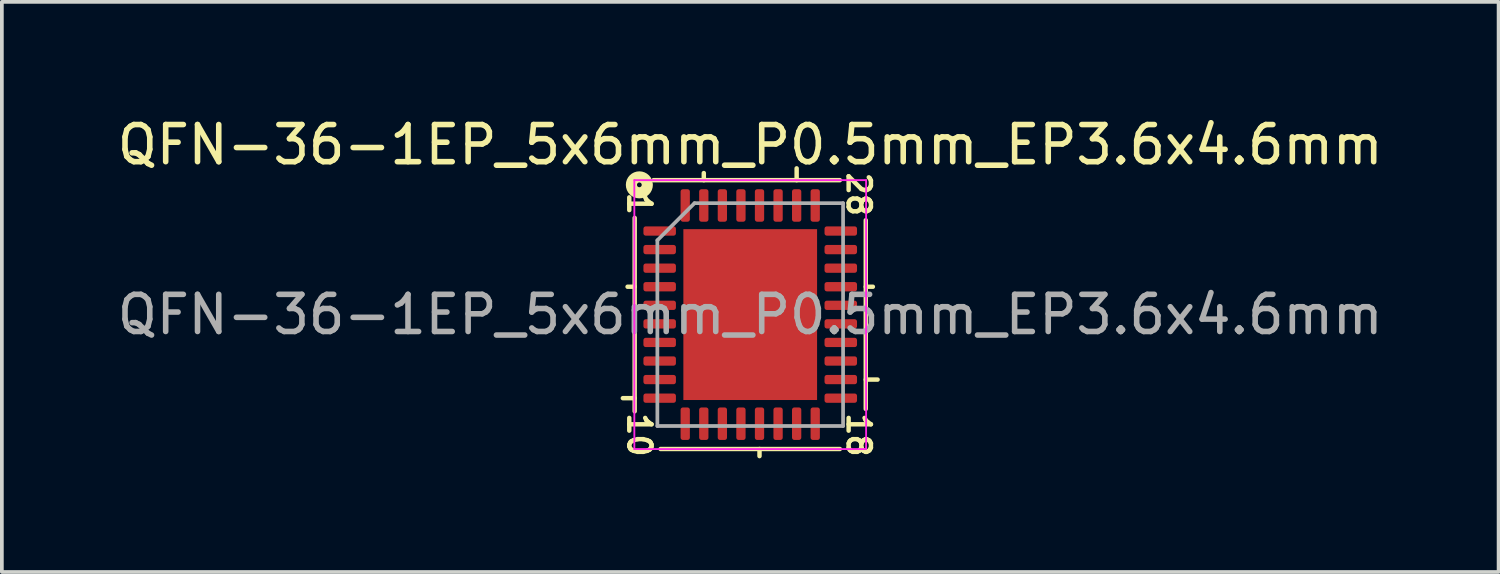
<source format=kicad_pcb>
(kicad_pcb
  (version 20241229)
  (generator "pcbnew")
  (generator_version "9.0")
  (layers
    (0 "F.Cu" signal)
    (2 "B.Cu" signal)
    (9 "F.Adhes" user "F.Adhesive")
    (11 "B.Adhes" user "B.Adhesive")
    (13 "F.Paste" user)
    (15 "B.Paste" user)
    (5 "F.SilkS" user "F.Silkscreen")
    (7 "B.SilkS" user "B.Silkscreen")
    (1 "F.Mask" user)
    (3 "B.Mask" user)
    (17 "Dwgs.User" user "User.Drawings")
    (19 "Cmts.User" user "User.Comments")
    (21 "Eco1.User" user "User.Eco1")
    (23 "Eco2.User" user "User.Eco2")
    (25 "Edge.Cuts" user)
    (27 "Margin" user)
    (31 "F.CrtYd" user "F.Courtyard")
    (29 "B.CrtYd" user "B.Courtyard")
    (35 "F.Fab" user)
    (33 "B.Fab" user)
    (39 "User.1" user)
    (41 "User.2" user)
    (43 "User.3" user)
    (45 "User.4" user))
  (footprint "QFN-36-1EP_5x6mm_P0.5mm_EP3.6x4.6mm"
    (layer "F.Cu")
    (at 17.149 5.42)
    (property "Reference" "QFN-36-1EP_5x6mm_P0.5mm_EP3.6x4.6mm" (at 0 -4.572 0) (layer "F.SilkS") (effects (font (size 1 1) (thickness 0.15))))
    (attr smd)
    (fp_line (start -3.111 -2.603) (end -3.111 2.603) (stroke (width 0.12) (type solid)) (layer "F.SilkS"))
    (fp_line (start -3.111 -0.75) (end -3.302 -0.75) (stroke (width 0.12) (type solid)) (layer "F.SilkS"))
    (fp_line (start -3.111 2.25) (end -3.429 2.25) (stroke (width 0.12) (type solid)) (layer "F.SilkS"))
    (fp_line (start -2.413 3.619) (end 2.413 3.619) (stroke (width 0.12) (type solid)) (layer "F.SilkS"))
    (fp_line (start -1.25 -3.619) (end -1.25 -3.81) (stroke (width 0.12) (type solid)) (layer "F.SilkS"))
    (fp_line (start 0.25 3.619) (end 0.25 3.81) (stroke (width 0.12) (type solid)) (layer "F.SilkS"))
    (fp_line (start 1.25 -3.619) (end 1.25 -3.937) (stroke (width 0.12) (type solid)) (layer "F.SilkS"))
    (fp_line (start 2.413 -3.619) (end -2.603 -3.619) (stroke (width 0.12) (type solid)) (layer "F.SilkS"))
    (fp_line (start 3.111 -0.75) (end 3.302 -0.75) (stroke (width 0.12) (type solid)) (layer "F.SilkS"))
    (fp_line (start 3.111 1.75) (end 3.429 1.75) (stroke (width 0.12) (type solid)) (layer "F.SilkS"))
    (fp_line (start 3.111 2.54) (end 3.111 -2.54) (stroke (width 0.12) (type solid)) (layer "F.SilkS"))
    (fp_circle (center -2.985 -3.493) (end -2.921 -3.493) (stroke (width 0.3) (type solid)) (fill no) (layer "F.SilkS"))
    (fp_line (start -3.12 -3.62) (end -3.12 3.62) (stroke (width 0.05) (type solid)) (layer "F.CrtYd"))
    (fp_line (start -3.12 3.62) (end 3.12 3.62) (stroke (width 0.05) (type solid)) (layer "F.CrtYd"))
    (fp_line (start 3.12 -3.62) (end -3.12 -3.62) (stroke (width 0.05) (type solid)) (layer "F.CrtYd"))
    (fp_line (start 3.12 3.62) (end 3.12 -3.62) (stroke (width 0.05) (type solid)) (layer "F.CrtYd"))
    (fp_line (start -2.5 -2) (end -1.5 -3) (stroke (width 0.1) (type solid)) (layer "F.Fab"))
    (fp_line (start -2.5 3) (end -2.5 -2) (stroke (width 0.1) (type solid)) (layer "F.Fab"))
    (fp_line (start -1.5 -3) (end 2.5 -3) (stroke (width 0.1) (type solid)) (layer "F.Fab"))
    (fp_line (start 2.5 -3) (end 2.5 3) (stroke (width 0.1) (type solid)) (layer "F.Fab"))
    (fp_line (start 2.5 3) (end -2.5 3) (stroke (width 0.1) (type solid)) (layer "F.Fab"))
    (fp_text user "18" (at 2.921 3.239 270) (unlocked yes) (layer "F.SilkS") (effects (font (size 0.6 0.6) (thickness 0.12))))
    (fp_text user "1" (at -2.985 -2.985 270) (unlocked yes) (layer "F.SilkS") (effects (font (size 0.6 0.6) (thickness 0.12))))
    (fp_text user "10" (at -2.985 3.239 270) (unlocked yes) (layer "F.SilkS") (effects (font (size 0.6 0.6) (thickness 0.12))))
    (fp_text user "28" (at 2.921 -3.239 270) (unlocked yes) (layer "F.SilkS") (effects (font (size 0.6 0.6) (thickness 0.12))))
    (fp_text user "${REFERENCE}" (at 0 0 0) (layer "F.Fab") (effects (font (size 1 1) (thickness 0.15))))
    (pad "" smd roundrect (at -1.2 -1.725) (size 0.97 0.93) (layers "F.Paste") (roundrect_rratio 0.25))
    (pad "" smd roundrect (at -1.2 -0.575) (size 0.97 0.93) (layers "F.Paste") (roundrect_rratio 0.25))
    (pad "" smd roundrect (at -1.2 0.575) (size 0.97 0.93) (layers "F.Paste") (roundrect_rratio 0.25))
    (pad "" smd roundrect (at -1.2 1.725) (size 0.97 0.93) (layers "F.Paste") (roundrect_rratio 0.25))
    (pad "" smd roundrect (at 0 -1.725) (size 0.97 0.93) (layers "F.Paste") (roundrect_rratio 0.25))
    (pad "" smd roundrect (at 0 -0.575) (size 0.97 0.93) (layers "F.Paste") (roundrect_rratio 0.25))
    (pad "" smd roundrect (at 0 0.575) (size 0.97 0.93) (layers "F.Paste") (roundrect_rratio 0.25))
    (pad "" smd roundrect (at 0 1.725) (size 0.97 0.93) (layers "F.Paste") (roundrect_rratio 0.25))
    (pad "" smd roundrect (at 1.2 -1.725) (size 0.97 0.93) (layers "F.Paste") (roundrect_rratio 0.25))
    (pad "" smd roundrect (at 1.2 -0.575) (size 0.97 0.93) (layers "F.Paste") (roundrect_rratio 0.25))
    (pad "" smd roundrect (at 1.2 0.575) (size 0.97 0.93) (layers "F.Paste") (roundrect_rratio 0.25))
    (pad "" smd roundrect (at 1.2 1.725) (size 0.97 0.93) (layers "F.Paste") (roundrect_rratio 0.25))
    (pad "1" smd roundrect (at -2.438 -2.25) (size 0.875 0.25) (layers "F.Cu" "F.Mask" "F.Paste") (roundrect_rratio 0.25))
    (pad "2" smd roundrect (at -2.438 -1.75) (size 0.875 0.25) (layers "F.Cu" "F.Mask" "F.Paste") (roundrect_rratio 0.25))
    (pad "3" smd roundrect (at -2.438 -1.25) (size 0.875 0.25) (layers "F.Cu" "F.Mask" "F.Paste") (roundrect_rratio 0.25))
    (pad "4" smd roundrect (at -2.438 -0.75) (size 0.875 0.25) (layers "F.Cu" "F.Mask" "F.Paste") (roundrect_rratio 0.25))
    (pad "5" smd roundrect (at -2.438 -0.25) (size 0.875 0.25) (layers "F.Cu" "F.Mask" "F.Paste") (roundrect_rratio 0.25))
    (pad "6" smd roundrect (at -2.438 0.25) (size 0.875 0.25) (layers "F.Cu" "F.Mask" "F.Paste") (roundrect_rratio 0.25))
    (pad "7" smd roundrect (at -2.438 0.75) (size 0.875 0.25) (layers "F.Cu" "F.Mask" "F.Paste") (roundrect_rratio 0.25))
    (pad "8" smd roundrect (at -2.438 1.25) (size 0.875 0.25) (layers "F.Cu" "F.Mask" "F.Paste") (roundrect_rratio 0.25))
    (pad "9" smd roundrect (at -2.438 1.75) (size 0.875 0.25) (layers "F.Cu" "F.Mask" "F.Paste") (roundrect_rratio 0.25))
    (pad "10" smd roundrect (at -2.438 2.25) (size 0.875 0.25) (layers "F.Cu" "F.Mask" "F.Paste") (roundrect_rratio 0.25))
    (pad "11" smd roundrect (at -1.75 2.938) (size 0.25 0.875) (layers "F.Cu" "F.Mask" "F.Paste") (roundrect_rratio 0.25))
    (pad "12" smd roundrect (at -1.25 2.938) (size 0.25 0.875) (layers "F.Cu" "F.Mask" "F.Paste") (roundrect_rratio 0.25))
    (pad "13" smd roundrect (at -0.75 2.938) (size 0.25 0.875) (layers "F.Cu" "F.Mask" "F.Paste") (roundrect_rratio 0.25))
    (pad "14" smd roundrect (at -0.25 2.938) (size 0.25 0.875) (layers "F.Cu" "F.Mask" "F.Paste") (roundrect_rratio 0.25))
    (pad "15" smd roundrect (at 0.25 2.938) (size 0.25 0.875) (layers "F.Cu" "F.Mask" "F.Paste") (roundrect_rratio 0.25))
    (pad "16" smd roundrect (at 0.75 2.938) (size 0.25 0.875) (layers "F.Cu" "F.Mask" "F.Paste") (roundrect_rratio 0.25))
    (pad "17" smd roundrect (at 1.25 2.938) (size 0.25 0.875) (layers "F.Cu" "F.Mask" "F.Paste") (roundrect_rratio 0.25))
    (pad "18" smd roundrect (at 1.75 2.938) (size 0.25 0.875) (layers "F.Cu" "F.Mask" "F.Paste") (roundrect_rratio 0.25))
    (pad "19" smd roundrect (at 2.438 2.25) (size 0.875 0.25) (layers "F.Cu" "F.Mask" "F.Paste") (roundrect_rratio 0.25))
    (pad "20" smd roundrect (at 2.438 1.75) (size 0.875 0.25) (layers "F.Cu" "F.Mask" "F.Paste") (roundrect_rratio 0.25))
    (pad "21" smd roundrect (at 2.438 1.25) (size 0.875 0.25) (layers "F.Cu" "F.Mask" "F.Paste") (roundrect_rratio 0.25))
    (pad "22" smd roundrect (at 2.438 0.75) (size 0.875 0.25) (layers "F.Cu" "F.Mask" "F.Paste") (roundrect_rratio 0.25))
    (pad "23" smd roundrect (at 2.438 0.25) (size 0.875 0.25) (layers "F.Cu" "F.Mask" "F.Paste") (roundrect_rratio 0.25))
    (pad "24" smd roundrect (at 2.438 -0.25) (size 0.875 0.25) (layers "F.Cu" "F.Mask" "F.Paste") (roundrect_rratio 0.25))
    (pad "25" smd roundrect (at 2.438 -0.75) (size 0.875 0.25) (layers "F.Cu" "F.Mask" "F.Paste") (roundrect_rratio 0.25))
    (pad "26" smd roundrect (at 2.438 -1.25) (size 0.875 0.25) (layers "F.Cu" "F.Mask" "F.Paste") (roundrect_rratio 0.25))
    (pad "27" smd roundrect (at 2.438 -1.75) (size 0.875 0.25) (layers "F.Cu" "F.Mask" "F.Paste") (roundrect_rratio 0.25))
    (pad "28" smd roundrect (at 2.438 -2.25) (size 0.875 0.25) (layers "F.Cu" "F.Mask" "F.Paste") (roundrect_rratio 0.25))
    (pad "29" smd roundrect (at 1.75 -2.938) (size 0.25 0.875) (layers "F.Cu" "F.Mask" "F.Paste") (roundrect_rratio 0.25))
    (pad "30" smd roundrect (at 1.25 -2.938) (size 0.25 0.875) (layers "F.Cu" "F.Mask" "F.Paste") (roundrect_rratio 0.25))
    (pad "31" smd roundrect (at 0.75 -2.938) (size 0.25 0.875) (layers "F.Cu" "F.Mask" "F.Paste") (roundrect_rratio 0.25))
    (pad "32" smd roundrect (at 0.25 -2.938) (size 0.25 0.875) (layers "F.Cu" "F.Mask" "F.Paste") (roundrect_rratio 0.25))
    (pad "33" smd roundrect (at -0.25 -2.938) (size 0.25 0.875) (layers "F.Cu" "F.Mask" "F.Paste") (roundrect_rratio 0.25))
    (pad "34" smd roundrect (at -0.75 -2.938) (size 0.25 0.875) (layers "F.Cu" "F.Mask" "F.Paste") (roundrect_rratio 0.25))
    (pad "35" smd roundrect (at -1.25 -2.938) (size 0.25 0.875) (layers "F.Cu" "F.Mask" "F.Paste") (roundrect_rratio 0.25))
    (pad "36" smd roundrect (at -1.75 -2.938) (size 0.25 0.875) (layers "F.Cu" "F.Mask" "F.Paste") (roundrect_rratio 0.25))
    (pad "37" smd rect (at 0 0) (size 3.6 4.6) (layers "F.Cu" "F.Mask")))
  (gr_rect
    (start -3 -3)
    (end 37.298 12.35)
    (stroke (width 0.1) (type default))
    (fill no)
    (layer "Edge.Cuts")))
</source>
